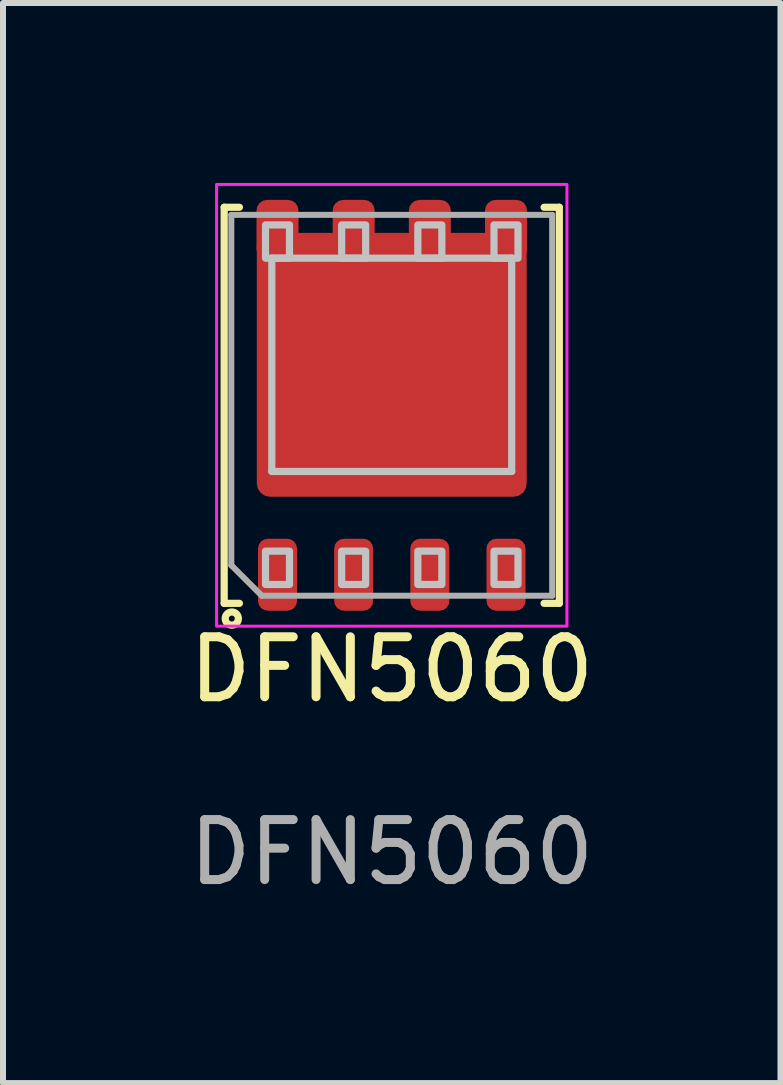
<source format=kicad_pcb>
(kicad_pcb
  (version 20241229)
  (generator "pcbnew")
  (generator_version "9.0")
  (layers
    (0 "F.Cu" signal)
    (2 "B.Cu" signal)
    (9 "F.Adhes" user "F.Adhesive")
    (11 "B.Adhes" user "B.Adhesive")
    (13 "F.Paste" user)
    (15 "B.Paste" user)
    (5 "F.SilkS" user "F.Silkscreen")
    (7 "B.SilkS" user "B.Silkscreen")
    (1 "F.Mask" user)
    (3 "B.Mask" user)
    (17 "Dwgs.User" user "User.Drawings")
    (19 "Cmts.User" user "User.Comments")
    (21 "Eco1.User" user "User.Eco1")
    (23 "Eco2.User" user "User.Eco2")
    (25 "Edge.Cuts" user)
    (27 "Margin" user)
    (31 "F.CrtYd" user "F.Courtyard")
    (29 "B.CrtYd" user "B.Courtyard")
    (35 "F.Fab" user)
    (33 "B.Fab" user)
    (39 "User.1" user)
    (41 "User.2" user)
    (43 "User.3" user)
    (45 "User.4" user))
  (footprint "DFN5060"
    (layer "F.Cu")
    (at 3.482 3.708)
    (property "Reference" "DFN5060" (at 0 4.405 0) (layer "F.SilkS") (effects (font (size 1 1) (thickness 0.15))))
    (attr smd)
    (fp_line (start -2.794 -3.302) (end -2.54 -3.302) (stroke (width 0.12) (type solid)) (layer "F.SilkS"))
    (fp_line (start -2.794 3.302) (end -2.794 -3.302) (stroke (width 0.12) (type solid)) (layer "F.SilkS"))
    (fp_line (start -2.794 3.302) (end -2.54 3.302) (stroke (width 0.12) (type solid)) (layer "F.SilkS"))
    (fp_line (start 2.54 -3.302) (end 2.794 -3.302) (stroke (width 0.12) (type solid)) (layer "F.SilkS"))
    (fp_line (start 2.54 3.302) (end 2.794 3.302) (stroke (width 0.12) (type solid)) (layer "F.SilkS"))
    (fp_line (start 2.794 -3.302) (end 2.794 3.302) (stroke (width 0.12) (type solid)) (layer "F.SilkS"))
    (fp_circle (center -2.667 3.556) (end -2.617 3.556) (stroke (width 0.12) (type solid)) (fill no) (layer "F.SilkS"))
    (fp_rect (start -2.155 -3.259) (end -1.655 -2.859) (stroke (width 0.1) (type solid)) (fill yes) (layer "F.Paste"))
    (fp_rect (start -2.155 2.375) (end -1.655 3.275) (stroke (width 0.1) (type solid)) (fill yes) (layer "F.Paste"))
    (fp_rect (start -2.092 -2.575) (end -0.292 -0.875) (stroke (width 0.1) (type solid)) (fill yes) (layer "F.Paste"))
    (fp_rect (start -2.092 -0.475) (end -0.292 1.225) (stroke (width 0.1) (type solid)) (fill yes) (layer "F.Paste"))
    (fp_rect (start -0.89 -3.255) (end -0.39 -2.855) (stroke (width 0.1) (type solid)) (fill yes) (layer "F.Paste"))
    (fp_rect (start -0.885 2.375) (end -0.385 3.275) (stroke (width 0.1) (type solid)) (fill yes) (layer "F.Paste"))
    (fp_rect (start 0.292 -2.54) (end 2.092 -0.84) (stroke (width 0.1) (type solid)) (fill yes) (layer "F.Paste"))
    (fp_rect (start 0.292 -0.475) (end 2.092 1.225) (stroke (width 0.1) (type solid)) (fill yes) (layer "F.Paste"))
    (fp_rect (start 0.39 -3.255) (end 0.89 -2.855) (stroke (width 0.1) (type solid)) (fill yes) (layer "F.Paste"))
    (fp_rect (start 0.885 2.375) (end 0.385 3.275) (stroke (width 0.1) (type solid)) (fill yes) (layer "F.Paste"))
    (fp_rect (start 1.655 -3.259) (end 2.155 -2.859) (stroke (width 0.1) (type solid)) (fill yes) (layer "F.Paste"))
    (fp_rect (start 1.655 2.375) (end 2.155 3.275) (stroke (width 0.1) (type solid)) (fill yes) (layer "F.Paste"))
    (fp_line (start -2 -2.453) (end 2 -2.453) (stroke (width 0.12) (type default)) (layer "Dwgs.User"))
    (fp_line (start -2 1.103) (end -2 -2.453) (stroke (width 0.12) (type default)) (layer "Dwgs.User"))
    (fp_line (start 2 -2.453) (end 2 1.103) (stroke (width 0.12) (type default)) (layer "Dwgs.User"))
    (fp_line (start 2 1.103) (end -2 1.103) (stroke (width 0.12) (type default)) (layer "Dwgs.User"))
    (fp_rect (start -2.105 -3.008) (end -1.705 -2.453) (stroke (width 0.12) (type default)) (fill no) (layer "Dwgs.User"))
    (fp_rect (start -2.105 2.432) (end -1.705 2.987) (stroke (width 0.12) (type default)) (fill no) (layer "Dwgs.User"))
    (fp_rect (start -0.835 -3.008) (end -0.435 -2.453) (stroke (width 0.12) (type default)) (fill no) (layer "Dwgs.User"))
    (fp_rect (start -0.835 2.432) (end -0.435 2.987) (stroke (width 0.12) (type default)) (fill no) (layer "Dwgs.User"))
    (fp_rect (start 0.435 -3.008) (end 0.835 -2.453) (stroke (width 0.12) (type default)) (fill no) (layer "Dwgs.User"))
    (fp_rect (start 0.435 2.432) (end 0.835 2.987) (stroke (width 0.12) (type default)) (fill no) (layer "Dwgs.User"))
    (fp_rect (start 1.705 -3.008) (end 2.105 -2.453) (stroke (width 0.12) (type default)) (fill no) (layer "Dwgs.User"))
    (fp_rect (start 1.705 2.432) (end 2.105 2.987) (stroke (width 0.12) (type default)) (fill no) (layer "Dwgs.User"))
    (fp_rect (start -2.921 -3.683) (end 2.921 3.683) (stroke (width 0.05) (type solid)) (fill no) (layer "F.CrtYd"))
    (fp_line (start -2.675 -3.175) (end 2.675 -3.175) (stroke (width 0.1) (type solid)) (layer "F.Fab"))
    (fp_line (start -2.675 2.667) (end -2.675 -3.175) (stroke (width 0.1) (type solid)) (layer "F.Fab"))
    (fp_line (start -2.167 3.175) (end -2.675 2.667) (stroke (width 0.1) (type solid)) (layer "F.Fab"))
    (fp_line (start 2.675 -3.175) (end 2.675 3.175) (stroke (width 0.1) (type solid)) (layer "F.Fab"))
    (fp_line (start 2.675 3.175) (end -2.167 3.175) (stroke (width 0.1) (type solid)) (layer "F.Fab"))
    (fp_text user "${REFERENCE}" (at 0 7.453 0) (unlocked yes) (layer "F.Fab") (effects (font (size 1 1) (thickness 0.15))))
    (pad "1" smd roundrect (at -1.905 2.825) (size 0.65 1.2) (layers "F.Cu" "F.Mask") (roundrect_rratio 0.25))
    (pad "2" smd roundrect (at -0.635 2.825) (size 0.65 1.2) (layers "F.Cu" "F.Mask") (roundrect_rratio 0.25))
    (pad "3" smd roundrect (at 0.635 2.825) (size 0.65 1.2) (layers "F.Cu" "F.Mask") (roundrect_rratio 0.25))
    (pad "4" smd roundrect (at 1.905 2.825) (size 0.65 1.2) (layers "F.Cu" "F.Mask") (roundrect_rratio 0.25))
    (pad "5" smd roundrect (at -1.905 -2.925) (size 0.7 1) (layers "F.Cu" "F.Mask") (roundrect_rratio 0.25))
    (pad "5" smd roundrect (at -0.635 -2.925) (size 0.7 1) (layers "F.Cu" "F.Mask") (roundrect_rratio 0.25))
    (pad "5" smd roundrect (at 0 -0.675) (size 4.5 4.4) (layers "F.Cu" "F.Mask") (roundrect_rratio 0.05))
    (pad "5" smd roundrect (at 0.635 -2.925) (size 0.7 1) (layers "F.Cu" "F.Mask") (roundrect_rratio 0.25))
    (pad "5" smd roundrect (at 1.905 -2.925) (size 0.7 1) (layers "F.Cu" "F.Mask") (roundrect_rratio 0.25)))
  (gr_rect
    (start -3 -3)
    (end 9.964 15.009)
    (stroke (width 0.1) (type default))
    (fill no)
    (layer "Edge.Cuts")))
</source>
